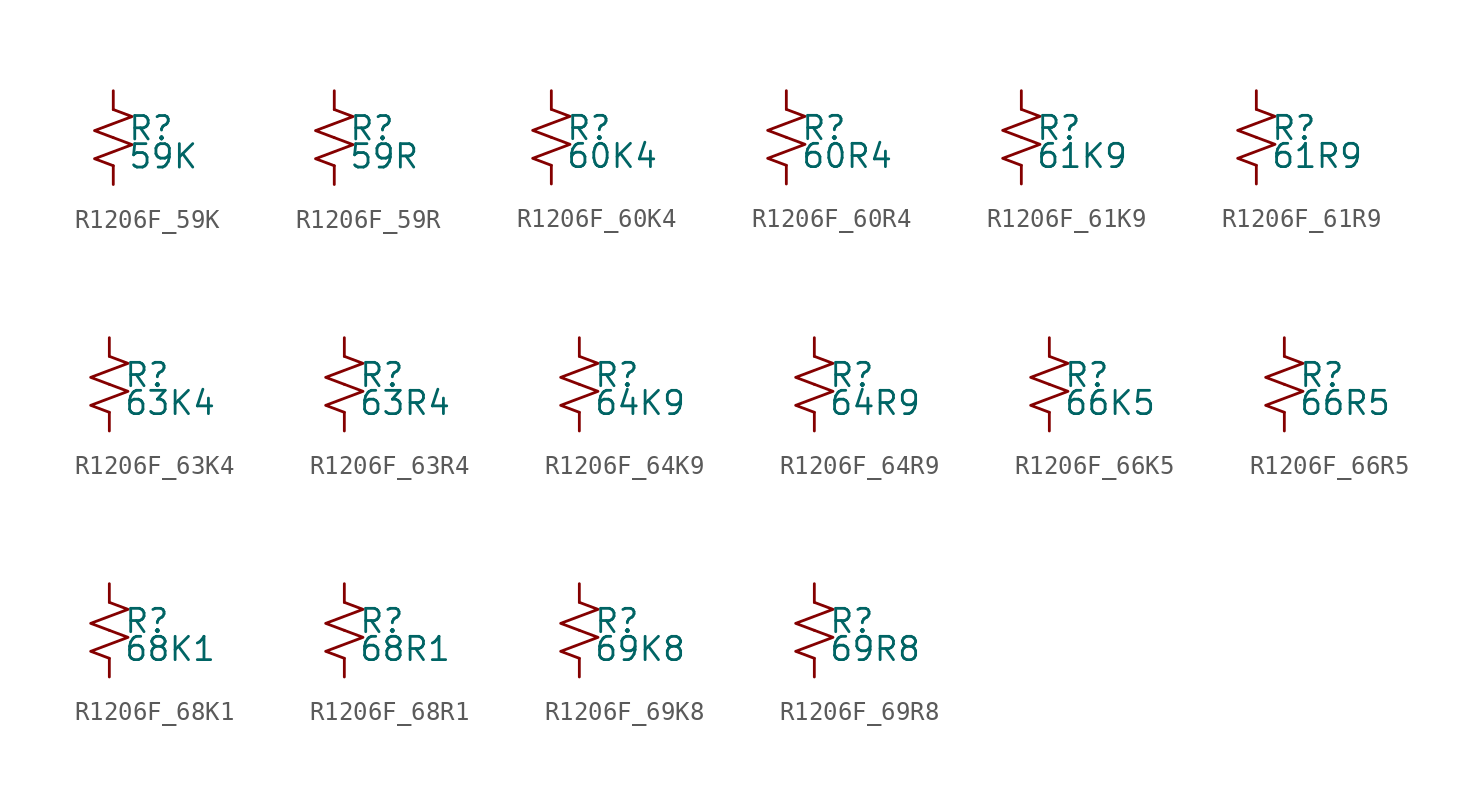
<source format=kicad_sym>
(kicad_symbol_lib
  (version 20220914)
  (generator kicad_symbol_editor)
  (symbol "R1206F_59K"
    (pin_numbers hide)
    (pin_names
      (offset 0.254) hide)
    (property "Reference" "R"
      (at 0.762 0.508 0)
      (effects (font (size 1.27 1.27)) (justify left)))
    (property "Value" "59K"
      (at 0.762 -1.016 0)
      (effects (font (size 1.27 1.27)) (justify left)))
    (symbol "R1206F_59K_1_1"
      (polyline (pts (xy 0 0) (xy 1.016 -0.381) (xy 0 -0.762) (xy -1.016 -1.143) (xy 0 -1.524)) (stroke (width 0) (type default)) (fill (type none)))
      (polyline (pts (xy 0 1.524) (xy 1.016 1.143) (xy 0 0.762) (xy -1.016 0.381) (xy 0 0)) (stroke (width 0) (type default)) (fill (type none)))
      (pin passive line (at 0 2.54 270) (length 1.016) (name "~" (effects (font (size 1.27 1.27)))) (number "1" (effects (font (size 1.27 1.27)))))
      (pin passive line (at 0 -2.54 90) (length 1.016) (name "~" (effects (font (size 1.27 1.27)))) (number "2" (effects (font (size 1.27 1.27)))))))
  (symbol "R1206F_59R"
    (pin_numbers hide)
    (pin_names
      (offset 0.254) hide)
    (property "Reference" "R"
      (at 0.762 0.508 0)
      (effects (font (size 1.27 1.27)) (justify left)))
    (property "Value" "59R"
      (at 0.762 -1.016 0)
      (effects (font (size 1.27 1.27)) (justify left)))
    (symbol "R1206F_59R_1_1"
      (polyline (pts (xy 0 0) (xy 1.016 -0.381) (xy 0 -0.762) (xy -1.016 -1.143) (xy 0 -1.524)) (stroke (width 0) (type default)) (fill (type none)))
      (polyline (pts (xy 0 1.524) (xy 1.016 1.143) (xy 0 0.762) (xy -1.016 0.381) (xy 0 0)) (stroke (width 0) (type default)) (fill (type none)))
      (pin passive line (at 0 2.54 270) (length 1.016) (name "~" (effects (font (size 1.27 1.27)))) (number "1" (effects (font (size 1.27 1.27)))))
      (pin passive line (at 0 -2.54 90) (length 1.016) (name "~" (effects (font (size 1.27 1.27)))) (number "2" (effects (font (size 1.27 1.27)))))))
  (symbol "R1206F_60K4"
    (pin_numbers hide)
    (pin_names
      (offset 0.254) hide)
    (property "Reference" "R"
      (at 0.762 0.508 0)
      (effects (font (size 1.27 1.27)) (justify left)))
    (property "Value" "60K4"
      (at 0.762 -1.016 0)
      (effects (font (size 1.27 1.27)) (justify left)))
    (symbol "R1206F_60K4_1_1"
      (polyline (pts (xy 0 0) (xy 1.016 -0.381) (xy 0 -0.762) (xy -1.016 -1.143) (xy 0 -1.524)) (stroke (width 0) (type default)) (fill (type none)))
      (polyline (pts (xy 0 1.524) (xy 1.016 1.143) (xy 0 0.762) (xy -1.016 0.381) (xy 0 0)) (stroke (width 0) (type default)) (fill (type none)))
      (pin passive line (at 0 2.54 270) (length 1.016) (name "~" (effects (font (size 1.27 1.27)))) (number "1" (effects (font (size 1.27 1.27)))))
      (pin passive line (at 0 -2.54 90) (length 1.016) (name "~" (effects (font (size 1.27 1.27)))) (number "2" (effects (font (size 1.27 1.27)))))))
  (symbol "R1206F_60R4"
    (pin_numbers hide)
    (pin_names
      (offset 0.254) hide)
    (property "Reference" "R"
      (at 0.762 0.508 0)
      (effects (font (size 1.27 1.27)) (justify left)))
    (property "Value" "60R4"
      (at 0.762 -1.016 0)
      (effects (font (size 1.27 1.27)) (justify left)))
    (symbol "R1206F_60R4_1_1"
      (polyline (pts (xy 0 0) (xy 1.016 -0.381) (xy 0 -0.762) (xy -1.016 -1.143) (xy 0 -1.524)) (stroke (width 0) (type default)) (fill (type none)))
      (polyline (pts (xy 0 1.524) (xy 1.016 1.143) (xy 0 0.762) (xy -1.016 0.381) (xy 0 0)) (stroke (width 0) (type default)) (fill (type none)))
      (pin passive line (at 0 2.54 270) (length 1.016) (name "~" (effects (font (size 1.27 1.27)))) (number "1" (effects (font (size 1.27 1.27)))))
      (pin passive line (at 0 -2.54 90) (length 1.016) (name "~" (effects (font (size 1.27 1.27)))) (number "2" (effects (font (size 1.27 1.27)))))))
  (symbol "R1206F_61K9"
    (pin_numbers hide)
    (pin_names
      (offset 0.254) hide)
    (property "Reference" "R"
      (at 0.762 0.508 0)
      (effects (font (size 1.27 1.27)) (justify left)))
    (property "Value" "61K9"
      (at 0.762 -1.016 0)
      (effects (font (size 1.27 1.27)) (justify left)))
    (symbol "R1206F_61K9_1_1"
      (polyline (pts (xy 0 0) (xy 1.016 -0.381) (xy 0 -0.762) (xy -1.016 -1.143) (xy 0 -1.524)) (stroke (width 0) (type default)) (fill (type none)))
      (polyline (pts (xy 0 1.524) (xy 1.016 1.143) (xy 0 0.762) (xy -1.016 0.381) (xy 0 0)) (stroke (width 0) (type default)) (fill (type none)))
      (pin passive line (at 0 2.54 270) (length 1.016) (name "~" (effects (font (size 1.27 1.27)))) (number "1" (effects (font (size 1.27 1.27)))))
      (pin passive line (at 0 -2.54 90) (length 1.016) (name "~" (effects (font (size 1.27 1.27)))) (number "2" (effects (font (size 1.27 1.27)))))))
  (symbol "R1206F_61R9"
    (pin_numbers hide)
    (pin_names
      (offset 0.254) hide)
    (property "Reference" "R"
      (at 0.762 0.508 0)
      (effects (font (size 1.27 1.27)) (justify left)))
    (property "Value" "61R9"
      (at 0.762 -1.016 0)
      (effects (font (size 1.27 1.27)) (justify left)))
    (symbol "R1206F_61R9_1_1"
      (polyline (pts (xy 0 0) (xy 1.016 -0.381) (xy 0 -0.762) (xy -1.016 -1.143) (xy 0 -1.524)) (stroke (width 0) (type default)) (fill (type none)))
      (polyline (pts (xy 0 1.524) (xy 1.016 1.143) (xy 0 0.762) (xy -1.016 0.381) (xy 0 0)) (stroke (width 0) (type default)) (fill (type none)))
      (pin passive line (at 0 2.54 270) (length 1.016) (name "~" (effects (font (size 1.27 1.27)))) (number "1" (effects (font (size 1.27 1.27)))))
      (pin passive line (at 0 -2.54 90) (length 1.016) (name "~" (effects (font (size 1.27 1.27)))) (number "2" (effects (font (size 1.27 1.27)))))))
  (symbol "R1206F_63K4"
    (pin_numbers hide)
    (pin_names
      (offset 0.254) hide)
    (property "Reference" "R"
      (at 0.762 0.508 0)
      (effects (font (size 1.27 1.27)) (justify left)))
    (property "Value" "63K4"
      (at 0.762 -1.016 0)
      (effects (font (size 1.27 1.27)) (justify left)))
    (symbol "R1206F_63K4_1_1"
      (polyline (pts (xy 0 0) (xy 1.016 -0.381) (xy 0 -0.762) (xy -1.016 -1.143) (xy 0 -1.524)) (stroke (width 0) (type default)) (fill (type none)))
      (polyline (pts (xy 0 1.524) (xy 1.016 1.143) (xy 0 0.762) (xy -1.016 0.381) (xy 0 0)) (stroke (width 0) (type default)) (fill (type none)))
      (pin passive line (at 0 2.54 270) (length 1.016) (name "~" (effects (font (size 1.27 1.27)))) (number "1" (effects (font (size 1.27 1.27)))))
      (pin passive line (at 0 -2.54 90) (length 1.016) (name "~" (effects (font (size 1.27 1.27)))) (number "2" (effects (font (size 1.27 1.27)))))))
  (symbol "R1206F_63R4"
    (pin_numbers hide)
    (pin_names
      (offset 0.254) hide)
    (property "Reference" "R"
      (at 0.762 0.508 0)
      (effects (font (size 1.27 1.27)) (justify left)))
    (property "Value" "63R4"
      (at 0.762 -1.016 0)
      (effects (font (size 1.27 1.27)) (justify left)))
    (symbol "R1206F_63R4_1_1"
      (polyline (pts (xy 0 0) (xy 1.016 -0.381) (xy 0 -0.762) (xy -1.016 -1.143) (xy 0 -1.524)) (stroke (width 0) (type default)) (fill (type none)))
      (polyline (pts (xy 0 1.524) (xy 1.016 1.143) (xy 0 0.762) (xy -1.016 0.381) (xy 0 0)) (stroke (width 0) (type default)) (fill (type none)))
      (pin passive line (at 0 2.54 270) (length 1.016) (name "~" (effects (font (size 1.27 1.27)))) (number "1" (effects (font (size 1.27 1.27)))))
      (pin passive line (at 0 -2.54 90) (length 1.016) (name "~" (effects (font (size 1.27 1.27)))) (number "2" (effects (font (size 1.27 1.27)))))))
  (symbol "R1206F_64K9"
    (pin_numbers hide)
    (pin_names
      (offset 0.254) hide)
    (property "Reference" "R"
      (at 0.762 0.508 0)
      (effects (font (size 1.27 1.27)) (justify left)))
    (property "Value" "64K9"
      (at 0.762 -1.016 0)
      (effects (font (size 1.27 1.27)) (justify left)))
    (symbol "R1206F_64K9_1_1"
      (polyline (pts (xy 0 0) (xy 1.016 -0.381) (xy 0 -0.762) (xy -1.016 -1.143) (xy 0 -1.524)) (stroke (width 0) (type default)) (fill (type none)))
      (polyline (pts (xy 0 1.524) (xy 1.016 1.143) (xy 0 0.762) (xy -1.016 0.381) (xy 0 0)) (stroke (width 0) (type default)) (fill (type none)))
      (pin passive line (at 0 2.54 270) (length 1.016) (name "~" (effects (font (size 1.27 1.27)))) (number "1" (effects (font (size 1.27 1.27)))))
      (pin passive line (at 0 -2.54 90) (length 1.016) (name "~" (effects (font (size 1.27 1.27)))) (number "2" (effects (font (size 1.27 1.27)))))))
  (symbol "R1206F_64R9"
    (pin_numbers hide)
    (pin_names
      (offset 0.254) hide)
    (property "Reference" "R"
      (at 0.762 0.508 0)
      (effects (font (size 1.27 1.27)) (justify left)))
    (property "Value" "64R9"
      (at 0.762 -1.016 0)
      (effects (font (size 1.27 1.27)) (justify left)))
    (symbol "R1206F_64R9_1_1"
      (polyline (pts (xy 0 0) (xy 1.016 -0.381) (xy 0 -0.762) (xy -1.016 -1.143) (xy 0 -1.524)) (stroke (width 0) (type default)) (fill (type none)))
      (polyline (pts (xy 0 1.524) (xy 1.016 1.143) (xy 0 0.762) (xy -1.016 0.381) (xy 0 0)) (stroke (width 0) (type default)) (fill (type none)))
      (pin passive line (at 0 2.54 270) (length 1.016) (name "~" (effects (font (size 1.27 1.27)))) (number "1" (effects (font (size 1.27 1.27)))))
      (pin passive line (at 0 -2.54 90) (length 1.016) (name "~" (effects (font (size 1.27 1.27)))) (number "2" (effects (font (size 1.27 1.27)))))))
  (symbol "R1206F_66K5"
    (pin_numbers hide)
    (pin_names
      (offset 0.254) hide)
    (property "Reference" "R"
      (at 0.762 0.508 0)
      (effects (font (size 1.27 1.27)) (justify left)))
    (property "Value" "66K5"
      (at 0.762 -1.016 0)
      (effects (font (size 1.27 1.27)) (justify left)))
    (symbol "R1206F_66K5_1_1"
      (polyline (pts (xy 0 0) (xy 1.016 -0.381) (xy 0 -0.762) (xy -1.016 -1.143) (xy 0 -1.524)) (stroke (width 0) (type default)) (fill (type none)))
      (polyline (pts (xy 0 1.524) (xy 1.016 1.143) (xy 0 0.762) (xy -1.016 0.381) (xy 0 0)) (stroke (width 0) (type default)) (fill (type none)))
      (pin passive line (at 0 2.54 270) (length 1.016) (name "~" (effects (font (size 1.27 1.27)))) (number "1" (effects (font (size 1.27 1.27)))))
      (pin passive line (at 0 -2.54 90) (length 1.016) (name "~" (effects (font (size 1.27 1.27)))) (number "2" (effects (font (size 1.27 1.27)))))))
  (symbol "R1206F_66R5"
    (pin_numbers hide)
    (pin_names
      (offset 0.254) hide)
    (property "Reference" "R"
      (at 0.762 0.508 0)
      (effects (font (size 1.27 1.27)) (justify left)))
    (property "Value" "66R5"
      (at 0.762 -1.016 0)
      (effects (font (size 1.27 1.27)) (justify left)))
    (symbol "R1206F_66R5_1_1"
      (polyline (pts (xy 0 0) (xy 1.016 -0.381) (xy 0 -0.762) (xy -1.016 -1.143) (xy 0 -1.524)) (stroke (width 0) (type default)) (fill (type none)))
      (polyline (pts (xy 0 1.524) (xy 1.016 1.143) (xy 0 0.762) (xy -1.016 0.381) (xy 0 0)) (stroke (width 0) (type default)) (fill (type none)))
      (pin passive line (at 0 2.54 270) (length 1.016) (name "~" (effects (font (size 1.27 1.27)))) (number "1" (effects (font (size 1.27 1.27)))))
      (pin passive line (at 0 -2.54 90) (length 1.016) (name "~" (effects (font (size 1.27 1.27)))) (number "2" (effects (font (size 1.27 1.27)))))))
  (symbol "R1206F_68K1"
    (pin_numbers hide)
    (pin_names
      (offset 0.254) hide)
    (property "Reference" "R"
      (at 0.762 0.508 0)
      (effects (font (size 1.27 1.27)) (justify left)))
    (property "Value" "68K1"
      (at 0.762 -1.016 0)
      (effects (font (size 1.27 1.27)) (justify left)))
    (symbol "R1206F_68K1_1_1"
      (polyline (pts (xy 0 0) (xy 1.016 -0.381) (xy 0 -0.762) (xy -1.016 -1.143) (xy 0 -1.524)) (stroke (width 0) (type default)) (fill (type none)))
      (polyline (pts (xy 0 1.524) (xy 1.016 1.143) (xy 0 0.762) (xy -1.016 0.381) (xy 0 0)) (stroke (width 0) (type default)) (fill (type none)))
      (pin passive line (at 0 2.54 270) (length 1.016) (name "~" (effects (font (size 1.27 1.27)))) (number "1" (effects (font (size 1.27 1.27)))))
      (pin passive line (at 0 -2.54 90) (length 1.016) (name "~" (effects (font (size 1.27 1.27)))) (number "2" (effects (font (size 1.27 1.27)))))))
  (symbol "R1206F_68R1"
    (pin_numbers hide)
    (pin_names
      (offset 0.254) hide)
    (property "Reference" "R"
      (at 0.762 0.508 0)
      (effects (font (size 1.27 1.27)) (justify left)))
    (property "Value" "68R1"
      (at 0.762 -1.016 0)
      (effects (font (size 1.27 1.27)) (justify left)))
    (symbol "R1206F_68R1_1_1"
      (polyline (pts (xy 0 0) (xy 1.016 -0.381) (xy 0 -0.762) (xy -1.016 -1.143) (xy 0 -1.524)) (stroke (width 0) (type default)) (fill (type none)))
      (polyline (pts (xy 0 1.524) (xy 1.016 1.143) (xy 0 0.762) (xy -1.016 0.381) (xy 0 0)) (stroke (width 0) (type default)) (fill (type none)))
      (pin passive line (at 0 2.54 270) (length 1.016) (name "~" (effects (font (size 1.27 1.27)))) (number "1" (effects (font (size 1.27 1.27)))))
      (pin passive line (at 0 -2.54 90) (length 1.016) (name "~" (effects (font (size 1.27 1.27)))) (number "2" (effects (font (size 1.27 1.27)))))))
  (symbol "R1206F_69K8"
    (pin_numbers hide)
    (pin_names
      (offset 0.254) hide)
    (property "Reference" "R"
      (at 0.762 0.508 0)
      (effects (font (size 1.27 1.27)) (justify left)))
    (property "Value" "69K8"
      (at 0.762 -1.016 0)
      (effects (font (size 1.27 1.27)) (justify left)))
    (symbol "R1206F_69K8_1_1"
      (polyline (pts (xy 0 0) (xy 1.016 -0.381) (xy 0 -0.762) (xy -1.016 -1.143) (xy 0 -1.524)) (stroke (width 0) (type default)) (fill (type none)))
      (polyline (pts (xy 0 1.524) (xy 1.016 1.143) (xy 0 0.762) (xy -1.016 0.381) (xy 0 0)) (stroke (width 0) (type default)) (fill (type none)))
      (pin passive line (at 0 2.54 270) (length 1.016) (name "~" (effects (font (size 1.27 1.27)))) (number "1" (effects (font (size 1.27 1.27)))))
      (pin passive line (at 0 -2.54 90) (length 1.016) (name "~" (effects (font (size 1.27 1.27)))) (number "2" (effects (font (size 1.27 1.27)))))))
  (symbol "R1206F_69R8"
    (pin_numbers hide)
    (pin_names
      (offset 0.254) hide)
    (property "Reference" "R"
      (at 0.762 0.508 0)
      (effects (font (size 1.27 1.27)) (justify left)))
    (property "Value" "69R8"
      (at 0.762 -1.016 0)
      (effects (font (size 1.27 1.27)) (justify left)))
    (symbol "R1206F_69R8_1_1"
      (polyline (pts (xy 0 0) (xy 1.016 -0.381) (xy 0 -0.762) (xy -1.016 -1.143) (xy 0 -1.524)) (stroke (width 0) (type default)) (fill (type none)))
      (polyline (pts (xy 0 1.524) (xy 1.016 1.143) (xy 0 0.762) (xy -1.016 0.381) (xy 0 0)) (stroke (width 0) (type default)) (fill (type none)))
      (pin passive line (at 0 2.54 270) (length 1.016) (name "~" (effects (font (size 1.27 1.27)))) (number "1" (effects (font (size 1.27 1.27)))))
      (pin passive line (at 0 -2.54 90) (length 1.016) (name "~" (effects (font (size 1.27 1.27)))) (number "2" (effects (font (size 1.27 1.27))))))))
</source>
